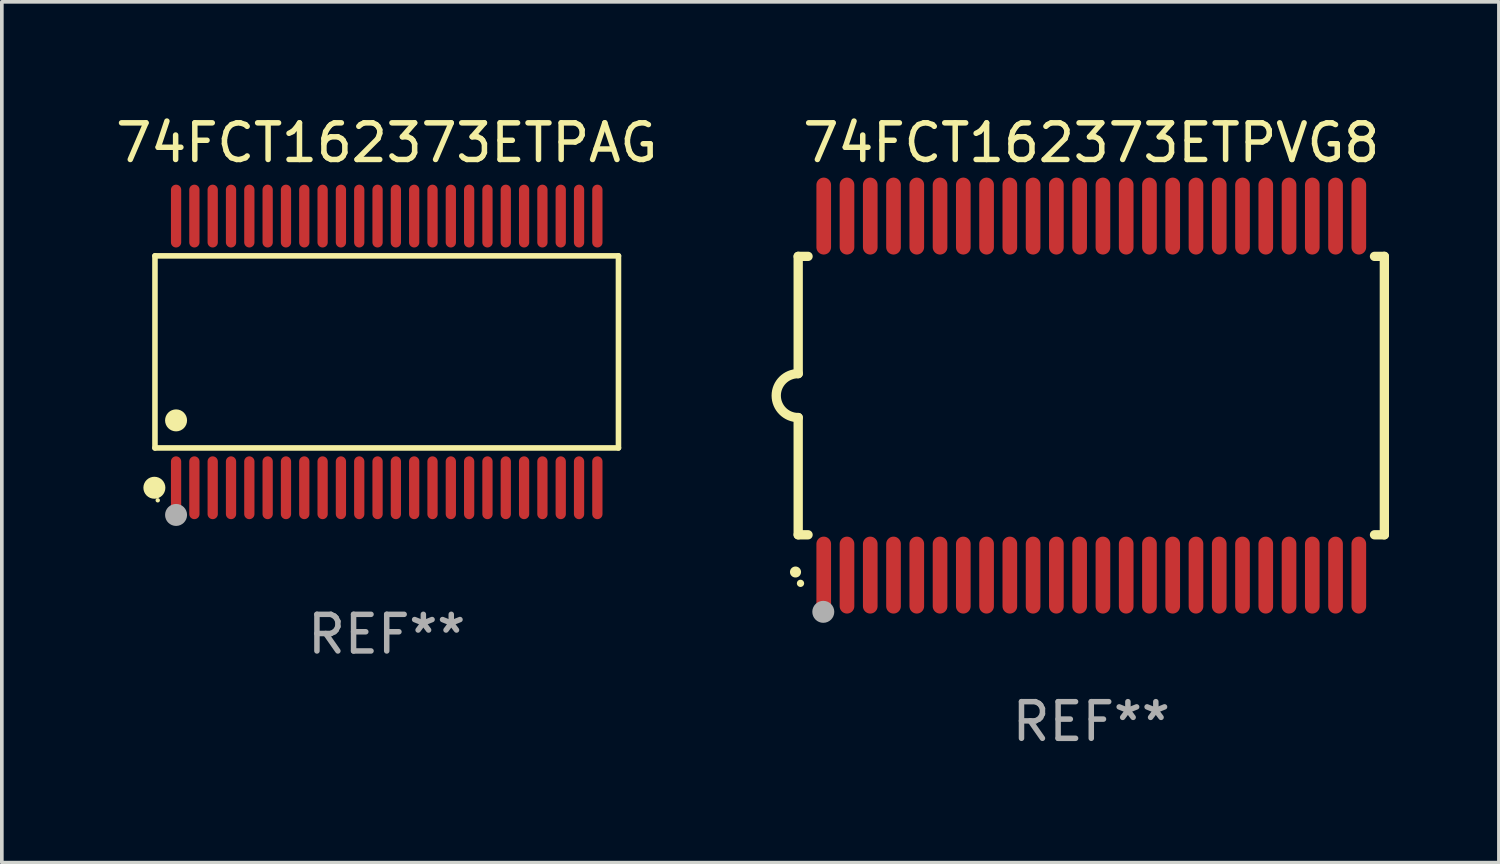
<source format=kicad_pcb>
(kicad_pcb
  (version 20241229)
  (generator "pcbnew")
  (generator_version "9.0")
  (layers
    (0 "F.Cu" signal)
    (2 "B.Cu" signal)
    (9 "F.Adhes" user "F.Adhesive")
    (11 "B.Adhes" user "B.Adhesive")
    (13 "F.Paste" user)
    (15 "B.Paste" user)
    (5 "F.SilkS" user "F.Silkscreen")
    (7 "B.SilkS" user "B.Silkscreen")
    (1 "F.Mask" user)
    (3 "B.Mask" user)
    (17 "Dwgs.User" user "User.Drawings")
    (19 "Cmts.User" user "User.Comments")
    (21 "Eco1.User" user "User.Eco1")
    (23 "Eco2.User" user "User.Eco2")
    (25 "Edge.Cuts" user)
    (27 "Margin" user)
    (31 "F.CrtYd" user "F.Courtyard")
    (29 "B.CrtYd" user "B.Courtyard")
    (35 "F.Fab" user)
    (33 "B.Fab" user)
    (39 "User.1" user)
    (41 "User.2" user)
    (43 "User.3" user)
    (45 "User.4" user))
  (footprint "74FCT162373ETPVG8"
    (layer "F.Cu")
    (at 26.738 7.748)
    (property "Reference" "74FCT162373ETPVG8" (at 0 -6.9 0) (layer "F.SilkS") (effects (font (size 1 1) (thickness 0.15))))
    (attr through_hole)
    (fp_line (start -8 -3.8) (end -8 -0.599) (stroke (width 0.254) (type solid)) (layer "F.SilkS"))
    (fp_line (start -8 -3.8) (end -7.731 -3.8) (stroke (width 0.254) (type solid)) (layer "F.SilkS"))
    (fp_line (start -8 3.8) (end -8 0.599) (stroke (width 0.254) (type solid)) (layer "F.SilkS"))
    (fp_line (start -7.731 3.8) (end -8 3.8) (stroke (width 0.254) (type solid)) (layer "F.SilkS"))
    (fp_line (start 7.731 -3.8) (end 8 -3.8) (stroke (width 0.254) (type solid)) (layer "F.SilkS"))
    (fp_line (start 8 -3.8) (end 8 3.8) (stroke (width 0.254) (type solid)) (layer "F.SilkS"))
    (fp_line (start 8 3.8) (end 7.731 3.8) (stroke (width 0.254) (type solid)) (layer "F.SilkS"))
    (fp_arc (start -8.074676 4.81585) (mid -8.073406 4.815845) (end -8.072136 4.81585) (stroke (width 0.3) (type solid)) (layer "F.SilkS"))
    (fp_arc (start -8.000025 0.6) (mid -8.598908 0.00056) (end -8.000027 -0.598882) (stroke (width 0.254001) (type solid)) (layer "F.SilkS"))
    (fp_circle (center -7.937 5.125) (end -7.887 5.125) (stroke (width 0.1) (type solid)) (fill no) (layer "F.SilkS"))
    (fp_circle (center -7.315 5.903) (end -7.165 5.903) (stroke (width 0.3) (type solid)) (fill no) (layer "F.Fab"))
    (fp_text user "REF**" (at 0 8.9 0) (layer "F.Fab") (effects (font (size 1 1) (thickness 0.15))))
    (pad "1" smd oval (at -7.303 4.9) (size 0.4 2.1) (layers "F.Cu" "F.Mask" "F.Paste"))
    (pad "2" smd oval (at -6.668 4.9) (size 0.4 2.1) (layers "F.Cu" "F.Mask" "F.Paste"))
    (pad "3" smd oval (at -6.033 4.9) (size 0.4 2.1) (layers "F.Cu" "F.Mask" "F.Paste"))
    (pad "4" smd oval (at -5.398 4.9) (size 0.4 2.1) (layers "F.Cu" "F.Mask" "F.Paste"))
    (pad "5" smd oval (at -4.763 4.9) (size 0.4 2.1) (layers "F.Cu" "F.Mask" "F.Paste"))
    (pad "6" smd oval (at -4.128 4.9) (size 0.4 2.1) (layers "F.Cu" "F.Mask" "F.Paste"))
    (pad "7" smd oval (at -3.493 4.9) (size 0.4 2.1) (layers "F.Cu" "F.Mask" "F.Paste"))
    (pad "8" smd oval (at -2.858 4.9) (size 0.4 2.1) (layers "F.Cu" "F.Mask" "F.Paste"))
    (pad "9" smd oval (at -2.223 4.9) (size 0.4 2.1) (layers "F.Cu" "F.Mask" "F.Paste"))
    (pad "10" smd oval (at -1.588 4.9) (size 0.4 2.1) (layers "F.Cu" "F.Mask" "F.Paste"))
    (pad "11" smd oval (at -0.953 4.9) (size 0.4 2.1) (layers "F.Cu" "F.Mask" "F.Paste"))
    (pad "12" smd oval (at -0.318 4.9) (size 0.4 2.1) (layers "F.Cu" "F.Mask" "F.Paste"))
    (pad "13" smd oval (at 0.318 4.9) (size 0.4 2.1) (layers "F.Cu" "F.Mask" "F.Paste"))
    (pad "14" smd oval (at 0.953 4.9) (size 0.4 2.1) (layers "F.Cu" "F.Mask" "F.Paste"))
    (pad "15" smd oval (at 1.588 4.9) (size 0.4 2.1) (layers "F.Cu" "F.Mask" "F.Paste"))
    (pad "16" smd oval (at 2.223 4.9) (size 0.4 2.1) (layers "F.Cu" "F.Mask" "F.Paste"))
    (pad "17" smd oval (at 2.858 4.9) (size 0.4 2.1) (layers "F.Cu" "F.Mask" "F.Paste"))
    (pad "18" smd oval (at 3.493 4.9) (size 0.4 2.1) (layers "F.Cu" "F.Mask" "F.Paste"))
    (pad "19" smd oval (at 4.128 4.9) (size 0.4 2.1) (layers "F.Cu" "F.Mask" "F.Paste"))
    (pad "20" smd oval (at 4.763 4.9) (size 0.4 2.1) (layers "F.Cu" "F.Mask" "F.Paste"))
    (pad "21" smd oval (at 5.398 4.9) (size 0.4 2.1) (layers "F.Cu" "F.Mask" "F.Paste"))
    (pad "22" smd oval (at 6.033 4.9) (size 0.4 2.1) (layers "F.Cu" "F.Mask" "F.Paste"))
    (pad "23" smd oval (at 6.668 4.9) (size 0.4 2.1) (layers "F.Cu" "F.Mask" "F.Paste"))
    (pad "24" smd oval (at 7.303 4.9) (size 0.4 2.1) (layers "F.Cu" "F.Mask" "F.Paste"))
    (pad "25" smd oval (at 7.303 -4.9 180) (size 0.4 2.1) (layers "F.Cu" "F.Mask" "F.Paste"))
    (pad "26" smd oval (at 6.668 -4.9 180) (size 0.4 2.1) (layers "F.Cu" "F.Mask" "F.Paste"))
    (pad "27" smd oval (at 6.033 -4.9 180) (size 0.4 2.1) (layers "F.Cu" "F.Mask" "F.Paste"))
    (pad "28" smd oval (at 5.398 -4.9 180) (size 0.4 2.1) (layers "F.Cu" "F.Mask" "F.Paste"))
    (pad "29" smd oval (at 4.763 -4.9 180) (size 0.4 2.1) (layers "F.Cu" "F.Mask" "F.Paste"))
    (pad "30" smd oval (at 4.128 -4.9 180) (size 0.4 2.1) (layers "F.Cu" "F.Mask" "F.Paste"))
    (pad "31" smd oval (at 3.493 -4.9 180) (size 0.4 2.1) (layers "F.Cu" "F.Mask" "F.Paste"))
    (pad "32" smd oval (at 2.858 -4.9 180) (size 0.4 2.1) (layers "F.Cu" "F.Mask" "F.Paste"))
    (pad "33" smd oval (at 2.223 -4.9 180) (size 0.4 2.1) (layers "F.Cu" "F.Mask" "F.Paste"))
    (pad "34" smd oval (at 1.588 -4.9 180) (size 0.4 2.1) (layers "F.Cu" "F.Mask" "F.Paste"))
    (pad "35" smd oval (at 0.953 -4.9 180) (size 0.4 2.1) (layers "F.Cu" "F.Mask" "F.Paste"))
    (pad "36" smd oval (at 0.318 -4.9 180) (size 0.4 2.1) (layers "F.Cu" "F.Mask" "F.Paste"))
    (pad "37" smd oval (at -0.318 -4.9 180) (size 0.4 2.1) (layers "F.Cu" "F.Mask" "F.Paste"))
    (pad "38" smd oval (at -0.953 -4.9 180) (size 0.4 2.1) (layers "F.Cu" "F.Mask" "F.Paste"))
    (pad "39" smd oval (at -1.588 -4.9 180) (size 0.4 2.1) (layers "F.Cu" "F.Mask" "F.Paste"))
    (pad "40" smd oval (at -2.223 -4.9 180) (size 0.4 2.1) (layers "F.Cu" "F.Mask" "F.Paste"))
    (pad "41" smd oval (at -2.858 -4.9 180) (size 0.4 2.1) (layers "F.Cu" "F.Mask" "F.Paste"))
    (pad "42" smd oval (at -3.493 -4.9 180) (size 0.4 2.1) (layers "F.Cu" "F.Mask" "F.Paste"))
    (pad "43" smd oval (at -4.128 -4.9 180) (size 0.4 2.1) (layers "F.Cu" "F.Mask" "F.Paste"))
    (pad "44" smd oval (at -4.763 -4.9 180) (size 0.4 2.1) (layers "F.Cu" "F.Mask" "F.Paste"))
    (pad "45" smd oval (at -5.398 -4.9 180) (size 0.4 2.1) (layers "F.Cu" "F.Mask" "F.Paste"))
    (pad "46" smd oval (at -6.033 -4.9 180) (size 0.4 2.1) (layers "F.Cu" "F.Mask" "F.Paste"))
    (pad "47" smd oval (at -6.668 -4.9 180) (size 0.4 2.1) (layers "F.Cu" "F.Mask" "F.Paste"))
    (pad "48" smd oval (at -7.303 -4.9 180) (size 0.4 2.1) (layers "F.Cu" "F.Mask" "F.Paste")))
  (footprint "74FCT162373ETPAG"
    (layer "F.Cu")
    (at 7.506 6.556)
    (property "Reference" "74FCT162373ETPAG" (at 0 -5.708 0) (layer "F.SilkS") (effects (font (size 1 1) (thickness 0.15))))
    (attr through_hole)
    (fp_line (start -6.326 -2.622) (end 6.326 -2.622) (stroke (width 0.152) (type solid)) (layer "F.SilkS"))
    (fp_line (start -6.326 2.621) (end -6.326 -2.622) (stroke (width 0.152) (type solid)) (layer "F.SilkS"))
    (fp_line (start 6.326 -2.622) (end 6.326 2.621) (stroke (width 0.152) (type solid)) (layer "F.SilkS"))
    (fp_line (start 6.326 2.621) (end -6.326 2.621) (stroke (width 0.152) (type solid)) (layer "F.SilkS"))
    (fp_circle (center -6.342 3.708) (end -6.192 3.708) (stroke (width 0.3) (type solid)) (fill no) (layer "F.SilkS"))
    (fp_circle (center -6.25 4.05) (end -6.22 4.05) (stroke (width 0.06) (type solid)) (fill no) (layer "F.SilkS"))
    (fp_circle (center -5.75 1.869) (end -5.6 1.869) (stroke (width 0.3) (type solid)) (fill no) (layer "F.SilkS"))
    (fp_circle (center -5.75 4.45) (end -5.6 4.45) (stroke (width 0.3) (type solid)) (fill no) (layer "F.Fab"))
    (fp_text user "REF**" (at 0 7.708 0) (layer "F.Fab") (effects (font (size 1 1) (thickness 0.15))))
    (pad "1" smd oval (at -5.75 3.708) (size 0.28 1.715) (layers "F.Cu" "F.Mask" "F.Paste"))
    (pad "2" smd oval (at -5.25 3.708) (size 0.28 1.715) (layers "F.Cu" "F.Mask" "F.Paste"))
    (pad "3" smd oval (at -4.75 3.708) (size 0.28 1.715) (layers "F.Cu" "F.Mask" "F.Paste"))
    (pad "4" smd oval (at -4.25 3.708) (size 0.28 1.715) (layers "F.Cu" "F.Mask" "F.Paste"))
    (pad "5" smd oval (at -3.75 3.708) (size 0.28 1.715) (layers "F.Cu" "F.Mask" "F.Paste"))
    (pad "6" smd oval (at -3.25 3.708) (size 0.28 1.715) (layers "F.Cu" "F.Mask" "F.Paste"))
    (pad "7" smd oval (at -2.75 3.708) (size 0.28 1.715) (layers "F.Cu" "F.Mask" "F.Paste"))
    (pad "8" smd oval (at -2.25 3.708) (size 0.28 1.715) (layers "F.Cu" "F.Mask" "F.Paste"))
    (pad "9" smd oval (at -1.75 3.708) (size 0.28 1.715) (layers "F.Cu" "F.Mask" "F.Paste"))
    (pad "10" smd oval (at -1.25 3.708) (size 0.28 1.715) (layers "F.Cu" "F.Mask" "F.Paste"))
    (pad "11" smd oval (at -0.75 3.708) (size 0.28 1.715) (layers "F.Cu" "F.Mask" "F.Paste"))
    (pad "12" smd oval (at -0.25 3.708) (size 0.28 1.715) (layers "F.Cu" "F.Mask" "F.Paste"))
    (pad "13" smd oval (at 0.25 3.708) (size 0.28 1.715) (layers "F.Cu" "F.Mask" "F.Paste"))
    (pad "14" smd oval (at 0.75 3.708) (size 0.28 1.715) (layers "F.Cu" "F.Mask" "F.Paste"))
    (pad "15" smd oval (at 1.25 3.708) (size 0.28 1.715) (layers "F.Cu" "F.Mask" "F.Paste"))
    (pad "16" smd oval (at 1.75 3.708) (size 0.28 1.715) (layers "F.Cu" "F.Mask" "F.Paste"))
    (pad "17" smd oval (at 2.25 3.708) (size 0.28 1.715) (layers "F.Cu" "F.Mask" "F.Paste"))
    (pad "18" smd oval (at 2.75 3.708) (size 0.28 1.715) (layers "F.Cu" "F.Mask" "F.Paste"))
    (pad "19" smd oval (at 3.25 3.708) (size 0.28 1.715) (layers "F.Cu" "F.Mask" "F.Paste"))
    (pad "20" smd oval (at 3.75 3.708) (size 0.28 1.715) (layers "F.Cu" "F.Mask" "F.Paste"))
    (pad "21" smd oval (at 4.25 3.708) (size 0.28 1.715) (layers "F.Cu" "F.Mask" "F.Paste"))
    (pad "22" smd oval (at 4.75 3.708) (size 0.28 1.715) (layers "F.Cu" "F.Mask" "F.Paste"))
    (pad "23" smd oval (at 5.25 3.708) (size 0.28 1.715) (layers "F.Cu" "F.Mask" "F.Paste"))
    (pad "24" smd oval (at 5.75 3.708) (size 0.28 1.715) (layers "F.Cu" "F.Mask" "F.Paste"))
    (pad "25" smd oval (at 5.75 -3.708) (size 0.28 1.715) (layers "F.Cu" "F.Mask" "F.Paste"))
    (pad "26" smd oval (at 5.25 -3.708) (size 0.28 1.715) (layers "F.Cu" "F.Mask" "F.Paste"))
    (pad "27" smd oval (at 4.75 -3.708) (size 0.28 1.715) (layers "F.Cu" "F.Mask" "F.Paste"))
    (pad "28" smd oval (at 4.25 -3.708) (size 0.28 1.715) (layers "F.Cu" "F.Mask" "F.Paste"))
    (pad "29" smd oval (at 3.75 -3.708) (size 0.28 1.715) (layers "F.Cu" "F.Mask" "F.Paste"))
    (pad "30" smd oval (at 3.25 -3.708) (size 0.28 1.715) (layers "F.Cu" "F.Mask" "F.Paste"))
    (pad "31" smd oval (at 2.75 -3.708) (size 0.28 1.715) (layers "F.Cu" "F.Mask" "F.Paste"))
    (pad "32" smd oval (at 2.25 -3.708) (size 0.28 1.715) (layers "F.Cu" "F.Mask" "F.Paste"))
    (pad "33" smd oval (at 1.75 -3.708) (size 0.28 1.715) (layers "F.Cu" "F.Mask" "F.Paste"))
    (pad "34" smd oval (at 1.25 -3.708) (size 0.28 1.715) (layers "F.Cu" "F.Mask" "F.Paste"))
    (pad "35" smd oval (at 0.75 -3.708) (size 0.28 1.715) (layers "F.Cu" "F.Mask" "F.Paste"))
    (pad "36" smd oval (at 0.25 -3.708) (size 0.28 1.715) (layers "F.Cu" "F.Mask" "F.Paste"))
    (pad "37" smd oval (at -0.25 -3.708) (size 0.28 1.715) (layers "F.Cu" "F.Mask" "F.Paste"))
    (pad "38" smd oval (at -0.75 -3.708) (size 0.28 1.715) (layers "F.Cu" "F.Mask" "F.Paste"))
    (pad "39" smd oval (at -1.25 -3.708) (size 0.28 1.715) (layers "F.Cu" "F.Mask" "F.Paste"))
    (pad "40" smd oval (at -1.75 -3.708) (size 0.28 1.715) (layers "F.Cu" "F.Mask" "F.Paste"))
    (pad "41" smd oval (at -2.25 -3.708) (size 0.28 1.715) (layers "F.Cu" "F.Mask" "F.Paste"))
    (pad "42" smd oval (at -2.75 -3.708) (size 0.28 1.715) (layers "F.Cu" "F.Mask" "F.Paste"))
    (pad "43" smd oval (at -3.25 -3.708) (size 0.28 1.715) (layers "F.Cu" "F.Mask" "F.Paste"))
    (pad "44" smd oval (at -3.75 -3.708) (size 0.28 1.715) (layers "F.Cu" "F.Mask" "F.Paste"))
    (pad "45" smd oval (at -4.25 -3.708) (size 0.28 1.715) (layers "F.Cu" "F.Mask" "F.Paste"))
    (pad "46" smd oval (at -4.75 -3.708) (size 0.28 1.715) (layers "F.Cu" "F.Mask" "F.Paste"))
    (pad "47" smd oval (at -5.25 -3.708) (size 0.28 1.715) (layers "F.Cu" "F.Mask" "F.Paste"))
    (pad "48" smd oval (at -5.75 -3.708) (size 0.28 1.715) (layers "F.Cu" "F.Mask" "F.Paste")))
  (gr_rect
    (start -3 -3)
    (end 37.865 20.496)
    (stroke (width 0.1) (type default))
    (fill no)
    (layer "Edge.Cuts")))
</source>
